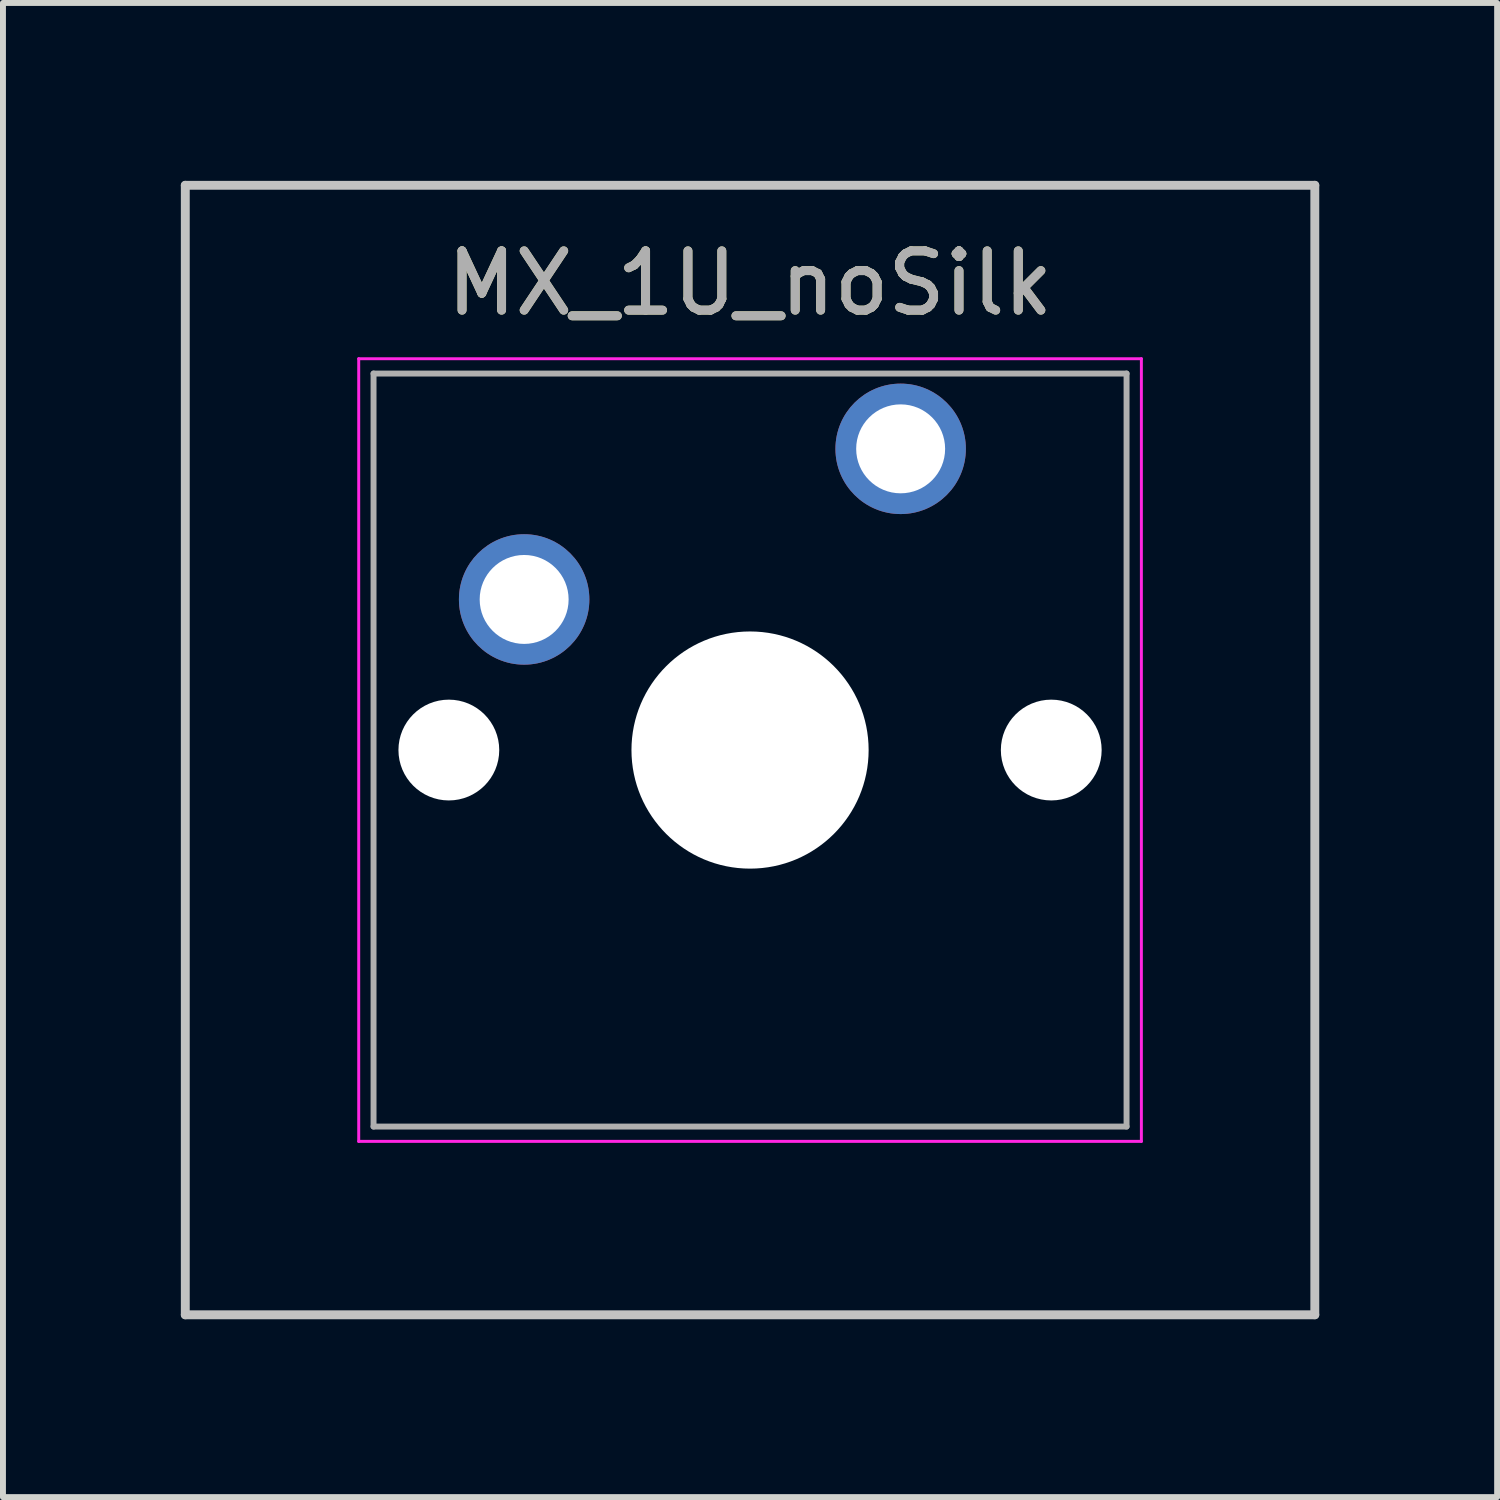
<source format=kicad_pcb>
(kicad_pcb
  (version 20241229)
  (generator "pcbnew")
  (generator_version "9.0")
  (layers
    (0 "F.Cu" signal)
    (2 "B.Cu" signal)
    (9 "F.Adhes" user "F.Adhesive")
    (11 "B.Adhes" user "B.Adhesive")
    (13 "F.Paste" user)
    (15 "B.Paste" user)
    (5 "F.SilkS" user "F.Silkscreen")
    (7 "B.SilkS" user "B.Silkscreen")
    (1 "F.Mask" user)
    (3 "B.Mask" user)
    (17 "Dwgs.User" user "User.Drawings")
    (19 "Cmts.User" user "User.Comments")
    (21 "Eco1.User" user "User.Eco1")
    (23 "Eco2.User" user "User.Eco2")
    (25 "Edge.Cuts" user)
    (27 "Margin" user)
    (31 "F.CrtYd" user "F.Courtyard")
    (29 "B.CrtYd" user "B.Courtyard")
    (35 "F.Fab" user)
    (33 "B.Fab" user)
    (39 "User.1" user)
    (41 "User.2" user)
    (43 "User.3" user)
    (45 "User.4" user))
  (footprint "MX_1U_noSilk"
    (layer "F.Cu")
    (at 12.14 4.52)
    (property "Reference" "MX_1U_noSilk" (at -2.54 -2.794 0) (layer "F.SilkS") (effects (font (size 1 1) (thickness 0.15))))
    (attr through_hole)
    (fp_line (start -12.065 -4.445) (end 6.985 -4.445) (stroke (width 0.15) (type solid)) (layer "Dwgs.User"))
    (fp_line (start -12.065 14.605) (end -12.065 -4.445) (stroke (width 0.15) (type solid)) (layer "Dwgs.User"))
    (fp_line (start 6.985 -4.445) (end 6.985 14.605) (stroke (width 0.15) (type solid)) (layer "Dwgs.User"))
    (fp_line (start 6.985 14.605) (end -12.065 14.605) (stroke (width 0.15) (type solid)) (layer "Dwgs.User"))
    (fp_line (start -9.14 -1.52) (end 4.06 -1.52) (stroke (width 0.05) (type solid)) (layer "F.CrtYd"))
    (fp_line (start -9.14 11.68) (end -9.14 -1.52) (stroke (width 0.05) (type solid)) (layer "F.CrtYd"))
    (fp_line (start 4.06 -1.52) (end 4.06 11.68) (stroke (width 0.05) (type solid)) (layer "F.CrtYd"))
    (fp_line (start 4.06 11.68) (end -9.14 11.68) (stroke (width 0.05) (type solid)) (layer "F.CrtYd"))
    (fp_line (start -8.89 -1.27) (end 3.81 -1.27) (stroke (width 0.1) (type solid)) (layer "F.Fab"))
    (fp_line (start -8.89 11.43) (end -8.89 -1.27) (stroke (width 0.1) (type solid)) (layer "F.Fab"))
    (fp_line (start 3.81 -1.27) (end 3.81 11.43) (stroke (width 0.1) (type solid)) (layer "F.Fab"))
    (fp_line (start 3.81 11.43) (end -8.89 11.43) (stroke (width 0.1) (type solid)) (layer "F.Fab"))
    (fp_text user "${REFERENCE}" (at -2.54 -2.794 0) (layer "F.Fab") (effects (font (size 1 1) (thickness 0.15))))
    (pad "" np_thru_hole circle (at -7.62 5.08) (size 1.7 1.7) (drill 1.7) (layers "*.Cu" "*.Mask"))
    (pad "" np_thru_hole circle (at -2.54 5.08) (size 4 4) (drill 4) (layers "*.Cu" "*.Mask"))
    (pad "" np_thru_hole circle (at 2.54 5.08) (size 1.7 1.7) (drill 1.7) (layers "*.Cu" "*.Mask"))
    (pad "1" thru_hole circle (at 0 0) (size 2.2 2.2) (drill 1.5) (layers "*.Cu" "*.Mask"))
    (pad "2" thru_hole circle (at -6.35 2.54) (size 2.2 2.2) (drill 1.5) (layers "*.Cu" "*.Mask")))
  (gr_rect
    (start -3 -3)
    (end 22.2 22.2)
    (stroke (width 0.1) (type default))
    (fill no)
    (layer "Edge.Cuts")))
</source>
